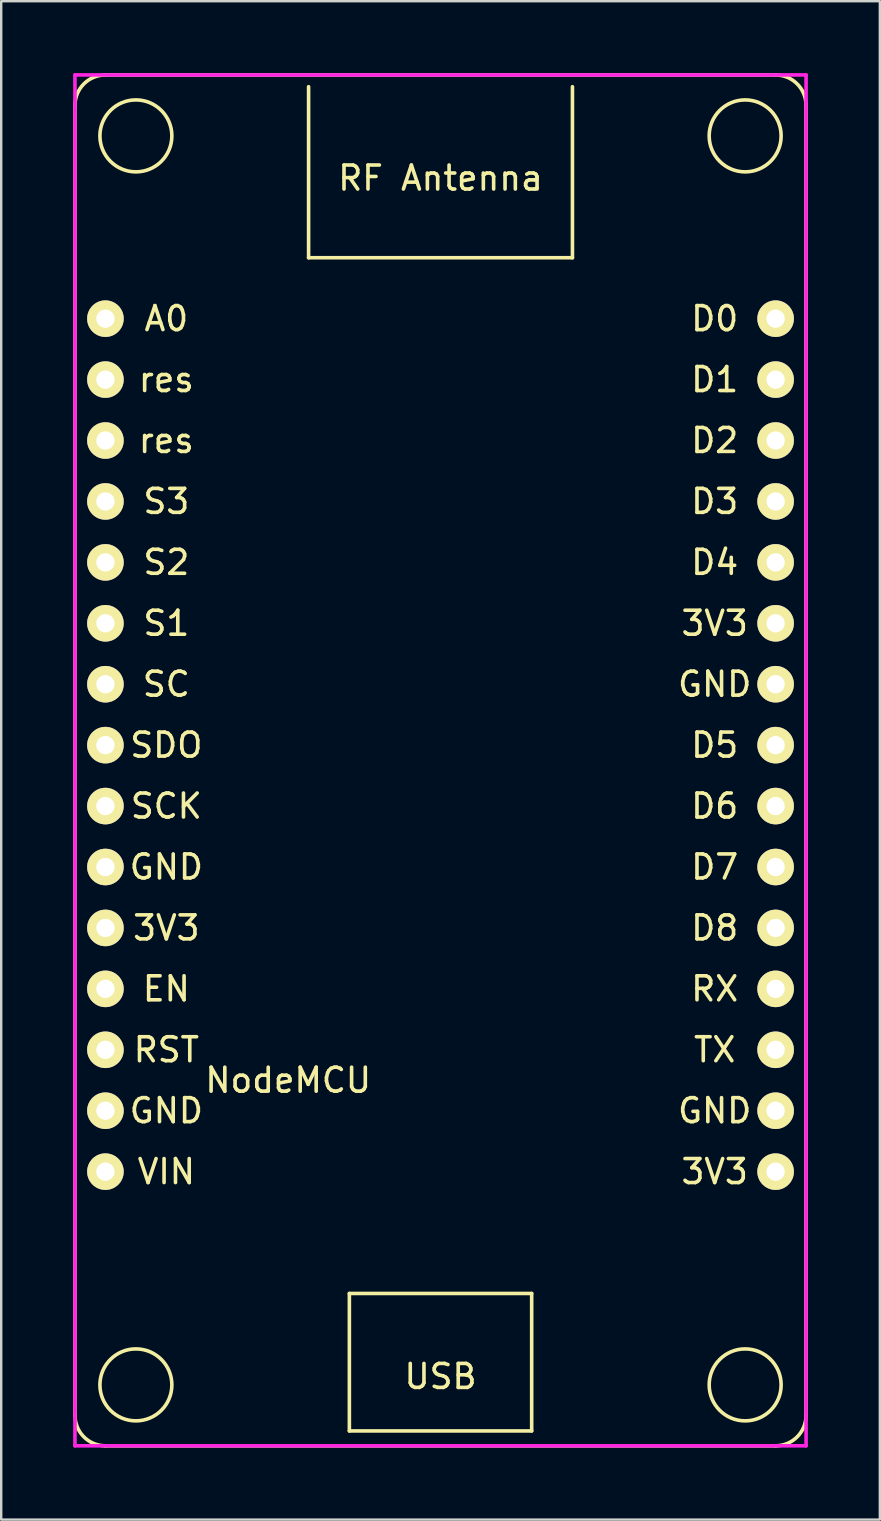
<source format=kicad_pcb>
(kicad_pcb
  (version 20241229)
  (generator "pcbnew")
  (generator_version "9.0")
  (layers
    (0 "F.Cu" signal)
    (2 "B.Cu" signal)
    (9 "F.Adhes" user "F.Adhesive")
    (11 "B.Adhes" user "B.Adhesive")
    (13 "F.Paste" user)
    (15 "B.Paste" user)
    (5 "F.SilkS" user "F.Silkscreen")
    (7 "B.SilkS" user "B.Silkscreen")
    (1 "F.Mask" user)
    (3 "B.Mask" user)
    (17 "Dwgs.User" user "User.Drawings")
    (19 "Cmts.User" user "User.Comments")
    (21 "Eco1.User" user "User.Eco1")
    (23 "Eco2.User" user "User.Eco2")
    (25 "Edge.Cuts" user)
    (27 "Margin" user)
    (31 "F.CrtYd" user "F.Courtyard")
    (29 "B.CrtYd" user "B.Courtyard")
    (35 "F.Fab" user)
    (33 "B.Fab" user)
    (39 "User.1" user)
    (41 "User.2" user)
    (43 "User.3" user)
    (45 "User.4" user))
  (footprint "NodeMCU"
    (layer "F.Cu")
    (at 1.345 10.235)
    (property "Reference" "NodeMCU" (at 7.62 31.75 0) (layer "F.SilkS") (effects (font (size 1 1) (thickness 0.15))))
    (attr through_hole)
    (fp_line (start -1.27 -8.89) (end -1.27 45.72) (stroke (width 0.15) (type solid)) (layer "F.SilkS"))
    (fp_line (start 8.47 -2.54) (end 8.47 -9.67) (stroke (width 0.15) (type solid)) (layer "F.SilkS"))
    (fp_line (start 10.17 40.64) (end 17.77 40.64) (stroke (width 0.15) (type solid)) (layer "F.SilkS"))
    (fp_line (start 10.17 46.37) (end 10.17 40.64) (stroke (width 0.15) (type solid)) (layer "F.SilkS"))
    (fp_line (start 17.77 40.64) (end 17.77 46.37) (stroke (width 0.15) (type solid)) (layer "F.SilkS"))
    (fp_line (start 17.77 46.37) (end 10.17 46.37) (stroke (width 0.15) (type solid)) (layer "F.SilkS"))
    (fp_line (start 19.47 -9.67) (end 19.47 -2.54) (stroke (width 0.15) (type solid)) (layer "F.SilkS"))
    (fp_line (start 19.47 -2.54) (end 8.47 -2.54) (stroke (width 0.15) (type solid)) (layer "F.SilkS"))
    (fp_line (start 27.94 -10.16) (end 0 -10.16) (stroke (width 0.15) (type solid)) (layer "F.SilkS"))
    (fp_line (start 27.94 46.99) (end 0 46.99) (stroke (width 0.15) (type solid)) (layer "F.SilkS"))
    (fp_line (start 29.21 -8.89) (end 29.21 45.72) (stroke (width 0.15) (type solid)) (layer "F.SilkS"))
    (fp_arc (start -1.269999 -8.889999) (mid -0.898025 -9.788025) (end 0.000001 -10.159999) (stroke (width 0.15) (type solid)) (layer "F.SilkS"))
    (fp_arc (start 0 46.989999) (mid -0.898026 46.618025) (end -1.27 45.719999) (stroke (width 0.15) (type solid)) (layer "F.SilkS"))
    (fp_arc (start 27.94 -10.16) (mid 28.838026 -9.788026) (end 29.21 -8.89) (stroke (width 0.15) (type solid)) (layer "F.SilkS"))
    (fp_arc (start 29.21 45.72) (mid 28.838026 46.618026) (end 27.94 46.99) (stroke (width 0.15) (type solid)) (layer "F.SilkS"))
    (fp_circle (center 1.27 -7.62) (end 2.77 -7.62) (stroke (width 0.15) (type solid)) (fill no) (layer "F.SilkS"))
    (fp_circle (center 1.27 44.45) (end 2.77 44.45) (stroke (width 0.15) (type solid)) (fill no) (layer "F.SilkS"))
    (fp_circle (center 26.67 -7.62) (end 28.17 -7.62) (stroke (width 0.15) (type solid)) (fill no) (layer "F.SilkS"))
    (fp_circle (center 26.67 44.45) (end 28.17 44.45) (stroke (width 0.15) (type solid)) (fill no) (layer "F.SilkS"))
    (fp_line (start -1.27 -10.16) (end 29.21 -10.16) (stroke (width 0.15) (type solid)) (layer "F.CrtYd"))
    (fp_line (start -1.27 46.99) (end -1.27 -10.16) (stroke (width 0.15) (type solid)) (layer "F.CrtYd"))
    (fp_line (start 29.21 -10.16) (end 29.21 46.99) (stroke (width 0.15) (type solid)) (layer "F.CrtYd"))
    (fp_line (start 29.21 46.99) (end -1.27 46.99) (stroke (width 0.15) (type solid)) (layer "F.CrtYd"))
    (fp_text user "EN" (at 2.54 27.94 0) (layer "F.SilkS") (effects (font (size 1 1) (thickness 0.15))))
    (fp_text user "VIN" (at 2.54 35.56 0) (layer "F.SilkS") (effects (font (size 1 1) (thickness 0.15))))
    (fp_text user "3V3" (at 25.4 35.56 0) (layer "F.SilkS") (effects (font (size 1 1) (thickness 0.15))))
    (fp_text user "D3" (at 25.4 7.62 0) (layer "F.SilkS") (effects (font (size 1 1) (thickness 0.15))))
    (fp_text user "GND" (at 25.4 15.24 0) (layer "F.SilkS") (effects (font (size 1 1) (thickness 0.15))))
    (fp_text user "D8" (at 25.4 25.4 0) (layer "F.SilkS") (effects (font (size 1 1) (thickness 0.15))))
    (fp_text user "S2" (at 2.54 10.16 0) (layer "F.SilkS") (effects (font (size 1 1) (thickness 0.15))))
    (fp_text user "SC" (at 2.54 15.24 0) (layer "F.SilkS") (effects (font (size 1 1) (thickness 0.15))))
    (fp_text user "3V3" (at 2.54 25.4 0) (layer "F.SilkS") (effects (font (size 1 1) (thickness 0.15))))
    (fp_text user "TX" (at 25.4 30.48 0) (layer "F.SilkS") (effects (font (size 1 1) (thickness 0.15))))
    (fp_text user "A0" (at 2.54 0 0) (layer "F.SilkS") (effects (font (size 1 1) (thickness 0.15))))
    (fp_text user "GND" (at 2.54 33.02 0) (layer "F.SilkS") (effects (font (size 1 1) (thickness 0.15))))
    (fp_text user "D6" (at 25.4 20.32 0) (layer "F.SilkS") (effects (font (size 1 1) (thickness 0.15))))
    (fp_text user "GND" (at 2.54 22.86 0) (layer "F.SilkS") (effects (font (size 1 1) (thickness 0.15))))
    (fp_text user "RST" (at 2.54 30.48 0) (layer "F.SilkS") (effects (font (size 1 1) (thickness 0.15))))
    (fp_text user "S1" (at 2.54 12.7 0) (layer "F.SilkS") (effects (font (size 1 1) (thickness 0.15))))
    (fp_text user "D0" (at 25.4 0 0) (layer "F.SilkS") (effects (font (size 1 1) (thickness 0.15))))
    (fp_text user "D2" (at 25.4 5.08 0) (layer "F.SilkS") (effects (font (size 1 1) (thickness 0.15))))
    (fp_text user "SCK" (at 2.54 20.32 0) (layer "F.SilkS") (effects (font (size 1 1) (thickness 0.15))))
    (fp_text user "GND" (at 25.4 33.02 0) (layer "F.SilkS") (effects (font (size 1 1) (thickness 0.15))))
    (fp_text user "D1" (at 25.4 2.54 0) (layer "F.SilkS") (effects (font (size 1 1) (thickness 0.15))))
    (fp_text user "D5" (at 25.4 17.78 0) (layer "F.SilkS") (effects (font (size 1 1) (thickness 0.15))))
    (fp_text user "D7" (at 25.4 22.86 0) (layer "F.SilkS") (effects (font (size 1 1) (thickness 0.15))))
    (fp_text user "SDO" (at 2.54 17.78 0) (layer "F.SilkS") (effects (font (size 1 1) (thickness 0.15))))
    (fp_text user "RF Antenna" (at 13.97 -5.86 0) (layer "F.SilkS") (effects (font (size 1 1) (thickness 0.15))))
    (fp_text user "S3" (at 2.54 7.62 0) (layer "F.SilkS") (effects (font (size 1 1) (thickness 0.15))))
    (fp_text user "RX" (at 25.4 27.94 0) (layer "F.SilkS") (effects (font (size 1 1) (thickness 0.15))))
    (fp_text user "3V3" (at 25.4 12.7 0) (layer "F.SilkS") (effects (font (size 1 1) (thickness 0.15))))
    (fp_text user "res" (at 2.54 5.08 0) (layer "F.SilkS") (effects (font (size 1 1) (thickness 0.15))))
    (fp_text user "USB" (at 13.97 44.1 0) (layer "F.SilkS") (effects (font (size 1 1) (thickness 0.15))))
    (fp_text user "D4" (at 25.4 10.16 0) (layer "F.SilkS") (effects (font (size 1 1) (thickness 0.15))))
    (fp_text user "res" (at 2.54 2.54 0) (layer "F.SilkS") (effects (font (size 1 1) (thickness 0.15))))
    (pad "1" thru_hole circle (at 0 0) (size 1.524 1.524) (drill 0.762) (layers "*.Cu" "*.Mask" "F.SilkS"))
    (pad "2" thru_hole circle (at 0 2.54) (size 1.524 1.524) (drill 0.762) (layers "*.Cu" "*.Mask" "F.SilkS"))
    (pad "3" thru_hole circle (at 0 5.08) (size 1.524 1.524) (drill 0.762) (layers "*.Cu" "*.Mask" "F.SilkS"))
    (pad "4" thru_hole circle (at 0 7.62) (size 1.524 1.524) (drill 0.762) (layers "*.Cu" "*.Mask" "F.SilkS"))
    (pad "5" thru_hole circle (at 0 10.16) (size 1.524 1.524) (drill 0.762) (layers "*.Cu" "*.Mask" "F.SilkS"))
    (pad "6" thru_hole circle (at 0 12.7) (size 1.524 1.524) (drill 0.762) (layers "*.Cu" "*.Mask" "F.SilkS"))
    (pad "7" thru_hole circle (at 0 15.24) (size 1.524 1.524) (drill 0.762) (layers "*.Cu" "*.Mask" "F.SilkS"))
    (pad "8" thru_hole circle (at 0 17.78) (size 1.524 1.524) (drill 0.762) (layers "*.Cu" "*.Mask" "F.SilkS"))
    (pad "9" thru_hole circle (at 0 20.32) (size 1.524 1.524) (drill 0.762) (layers "*.Cu" "*.Mask" "F.SilkS"))
    (pad "10" thru_hole circle (at 0 22.86) (size 1.524 1.524) (drill 0.762) (layers "*.Cu" "*.Mask" "F.SilkS"))
    (pad "11" thru_hole circle (at 0 25.4) (size 1.524 1.524) (drill 0.762) (layers "*.Cu" "*.Mask" "F.SilkS"))
    (pad "12" thru_hole circle (at 0 27.94) (size 1.524 1.524) (drill 0.762) (layers "*.Cu" "*.Mask" "F.SilkS"))
    (pad "13" thru_hole circle (at 0 30.48) (size 1.524 1.524) (drill 0.762) (layers "*.Cu" "*.Mask" "F.SilkS"))
    (pad "14" thru_hole circle (at 0 33.02) (size 1.524 1.524) (drill 0.762) (layers "*.Cu" "*.Mask" "F.SilkS"))
    (pad "15" thru_hole circle (at 0 35.56) (size 1.524 1.524) (drill 0.762) (layers "*.Cu" "*.Mask" "F.SilkS"))
    (pad "16" thru_hole circle (at 27.94 35.56) (size 1.524 1.524) (drill 0.762) (layers "*.Cu" "*.Mask" "F.SilkS"))
    (pad "17" thru_hole circle (at 27.94 33.02) (size 1.524 1.524) (drill 0.762) (layers "*.Cu" "*.Mask" "F.SilkS"))
    (pad "18" thru_hole circle (at 27.94 30.48) (size 1.524 1.524) (drill 0.762) (layers "*.Cu" "*.Mask" "F.SilkS"))
    (pad "19" thru_hole circle (at 27.94 27.94) (size 1.524 1.524) (drill 0.762) (layers "*.Cu" "*.Mask" "F.SilkS"))
    (pad "20" thru_hole circle (at 27.94 25.4) (size 1.524 1.524) (drill 0.762) (layers "*.Cu" "*.Mask" "F.SilkS"))
    (pad "21" thru_hole circle (at 27.94 22.86) (size 1.524 1.524) (drill 0.762) (layers "*.Cu" "*.Mask" "F.SilkS"))
    (pad "22" thru_hole circle (at 27.94 20.32) (size 1.524 1.524) (drill 0.762) (layers "*.Cu" "*.Mask" "F.SilkS"))
    (pad "23" thru_hole circle (at 27.94 17.78) (size 1.524 1.524) (drill 0.762) (layers "*.Cu" "*.Mask" "F.SilkS"))
    (pad "24" thru_hole circle (at 27.94 15.24) (size 1.524 1.524) (drill 0.762) (layers "*.Cu" "*.Mask" "F.SilkS"))
    (pad "25" thru_hole circle (at 27.94 12.7) (size 1.524 1.524) (drill 0.762) (layers "*.Cu" "*.Mask" "F.SilkS"))
    (pad "26" thru_hole circle (at 27.94 10.16) (size 1.524 1.524) (drill 0.762) (layers "*.Cu" "*.Mask" "F.SilkS"))
    (pad "27" thru_hole circle (at 27.94 7.62) (size 1.524 1.524) (drill 0.762) (layers "*.Cu" "*.Mask" "F.SilkS"))
    (pad "28" thru_hole circle (at 27.94 5.08) (size 1.524 1.524) (drill 0.762) (layers "*.Cu" "*.Mask" "F.SilkS"))
    (pad "29" thru_hole circle (at 27.94 2.54) (size 1.524 1.524) (drill 0.762) (layers "*.Cu" "*.Mask" "F.SilkS"))
    (pad "30" thru_hole circle (at 27.94 0) (size 1.524 1.524) (drill 0.762) (layers "*.Cu" "*.Mask" "F.SilkS")))
  (gr_rect
    (start -3 -3)
    (end 33.63 60.3)
    (stroke (width 0.1) (type default))
    (fill no)
    (layer "Edge.Cuts")))
</source>
